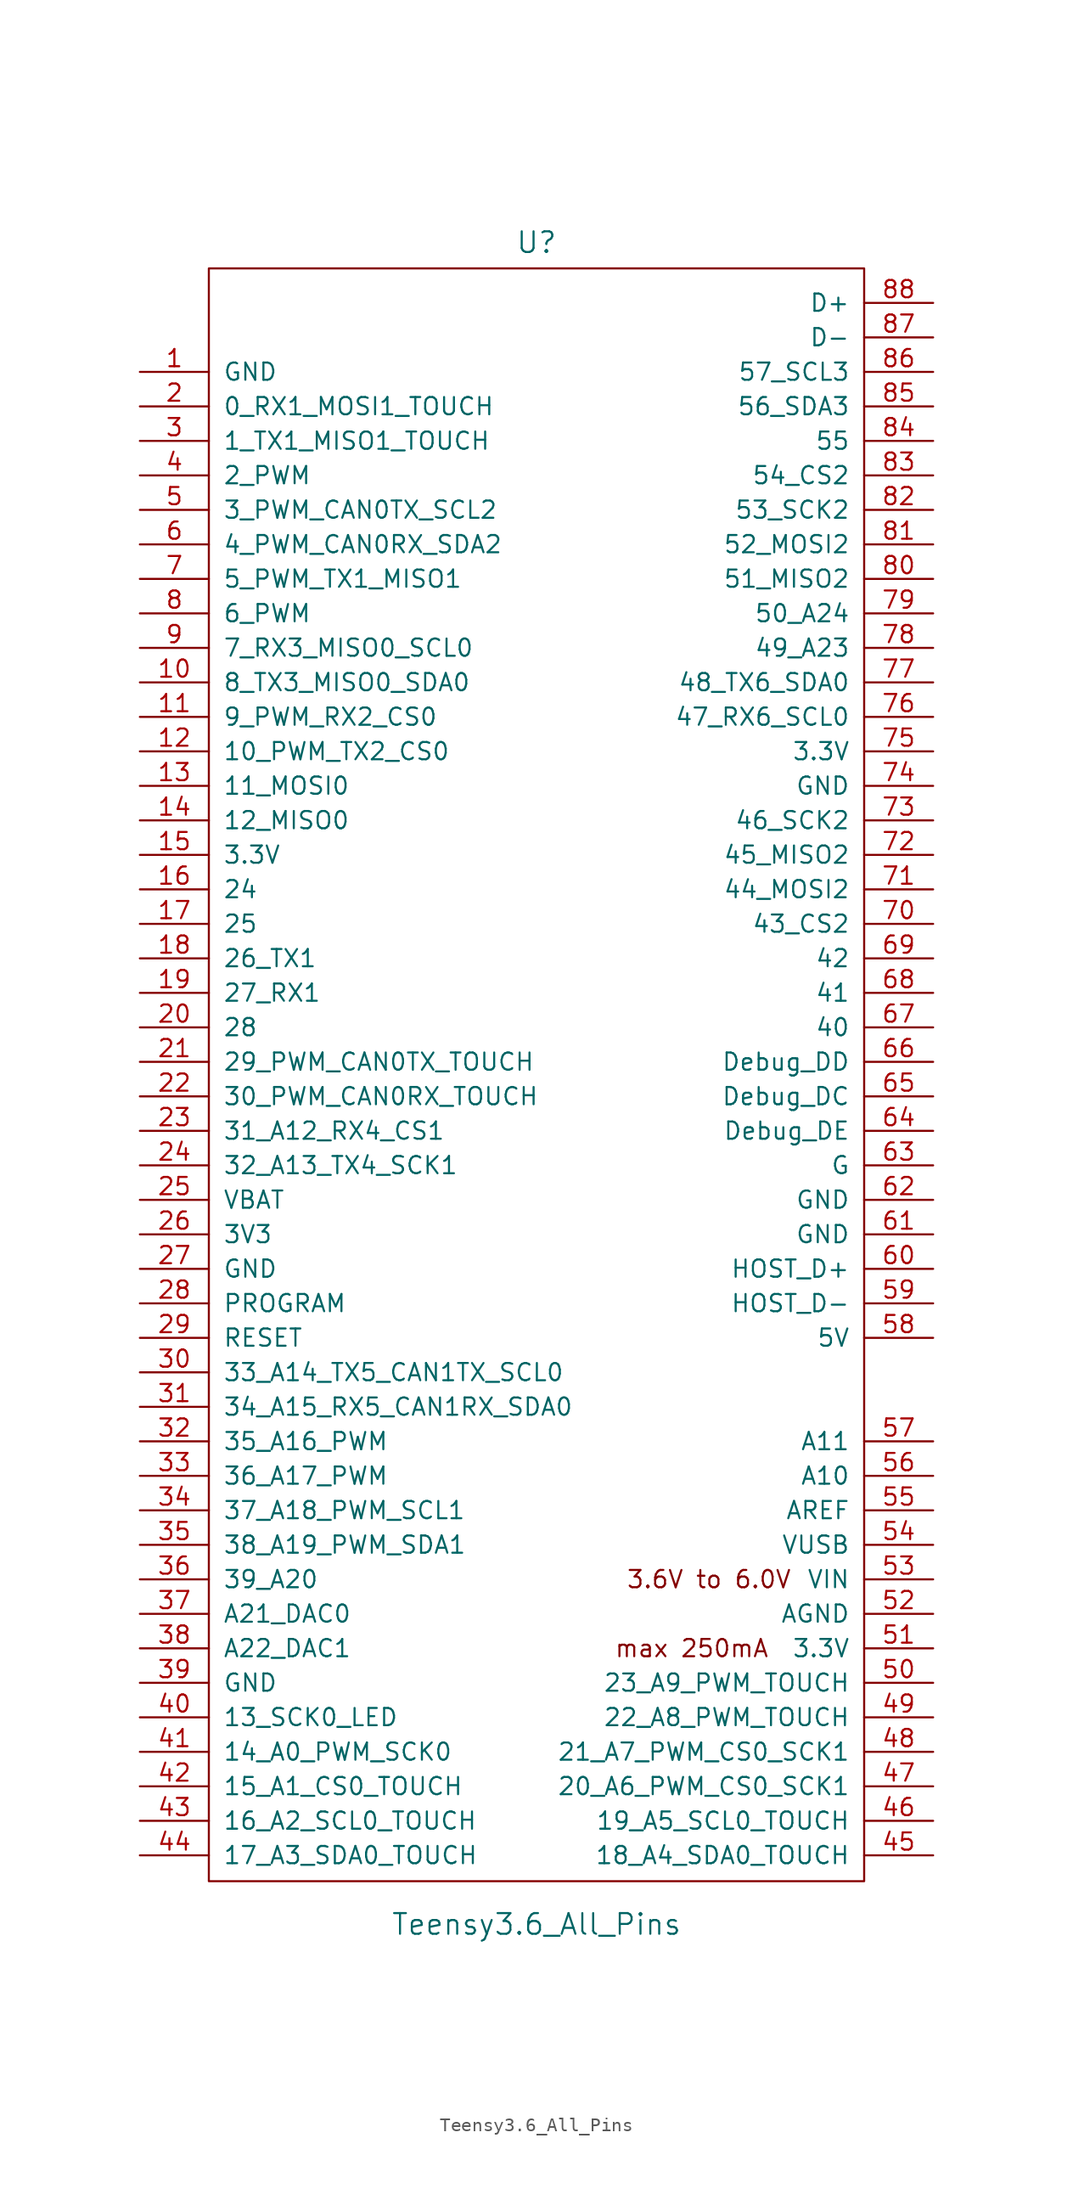
<source format=kicad_sym>
(kicad_symbol_lib
  (version 20211014)
  (generator kicad_symbol_editor)
  (symbol "Teensy3.6_All_Pins"
    (pin_names
      (offset 1.016))
    (property "Reference" "U"
      (at 0 64.135 0)
      (effects (font (size 1.524 1.524))))
    (property "Value" "Teensy3.6_All_Pins"
      (at 0 -59.69 0)
      (effects (font (size 1.524 1.524))))
    (property "Footprint" ""
      (at 0 1.27 0)
      (effects (font (size 1.524 1.524))))
    (property "Datasheet" ""
      (at 0 1.27 0)
      (effects (font (size 1.524 1.524))))
    (symbol "Teensy3.6_All_Pins_0_0"
      (rectangle (start -24.13 62.23) (end 24.13 -56.515) (stroke (width 0) (type default) (color 0 0 0 0)) (fill (type none)))
      (text "3.6V to 6.0V" (at 12.7 -34.29 0) (effects (font (size 1.27 1.27))))
      (text "max 250mA" (at 11.43 -39.37 0) (effects (font (size 1.27 1.27)))))
    (symbol "Teensy3.6_All_Pins_1_1"
      (pin power_in line (at -29.21 54.61 0) (length 5.08) (name "GND" (effects (font (size 1.27 1.27)))) (number "1" (effects (font (size 1.27 1.27)))))
      (pin bidirectional line (at -29.21 31.75 0) (length 5.08) (name "8_TX3_MISO0_SDA0" (effects (font (size 1.27 1.27)))) (number "10" (effects (font (size 1.27 1.27)))))
      (pin bidirectional line (at -29.21 29.21 0) (length 5.08) (name "9_PWM_RX2_CS0" (effects (font (size 1.27 1.27)))) (number "11" (effects (font (size 1.27 1.27)))))
      (pin bidirectional line (at -29.21 26.67 0) (length 5.08) (name "10_PWM_TX2_CS0" (effects (font (size 1.27 1.27)))) (number "12" (effects (font (size 1.27 1.27)))))
      (pin bidirectional line (at -29.21 24.13 0) (length 5.08) (name "11_MOSI0" (effects (font (size 1.27 1.27)))) (number "13" (effects (font (size 1.27 1.27)))))
      (pin bidirectional line (at -29.21 21.59 0) (length 5.08) (name "12_MISO0" (effects (font (size 1.27 1.27)))) (number "14" (effects (font (size 1.27 1.27)))))
      (pin power_in line (at -29.21 19.05 0) (length 5.08) (name "3.3V" (effects (font (size 1.27 1.27)))) (number "15" (effects (font (size 1.27 1.27)))))
      (pin bidirectional line (at -29.21 16.51 0) (length 5.08) (name "24" (effects (font (size 1.27 1.27)))) (number "16" (effects (font (size 1.27 1.27)))))
      (pin bidirectional line (at -29.21 13.97 0) (length 5.08) (name "25" (effects (font (size 1.27 1.27)))) (number "17" (effects (font (size 1.27 1.27)))))
      (pin bidirectional line (at -29.21 11.43 0) (length 5.08) (name "26_TX1" (effects (font (size 1.27 1.27)))) (number "18" (effects (font (size 1.27 1.27)))))
      (pin bidirectional line (at -29.21 8.89 0) (length 5.08) (name "27_RX1" (effects (font (size 1.27 1.27)))) (number "19" (effects (font (size 1.27 1.27)))))
      (pin bidirectional line (at -29.21 52.07 0) (length 5.08) (name "0_RX1_MOSI1_TOUCH" (effects (font (size 1.27 1.27)))) (number "2" (effects (font (size 1.27 1.27)))))
      (pin bidirectional line (at -29.21 6.35 0) (length 5.08) (name "28" (effects (font (size 1.27 1.27)))) (number "20" (effects (font (size 1.27 1.27)))))
      (pin bidirectional line (at -29.21 3.81 0) (length 5.08) (name "29_PWM_CAN0TX_TOUCH" (effects (font (size 1.27 1.27)))) (number "21" (effects (font (size 1.27 1.27)))))
      (pin bidirectional line (at -29.21 1.27 0) (length 5.08) (name "30_PWM_CAN0RX_TOUCH" (effects (font (size 1.27 1.27)))) (number "22" (effects (font (size 1.27 1.27)))))
      (pin bidirectional line (at -29.21 -1.27 0) (length 5.08) (name "31_A12_RX4_CS1" (effects (font (size 1.27 1.27)))) (number "23" (effects (font (size 1.27 1.27)))))
      (pin bidirectional line (at -29.21 -3.81 0) (length 5.08) (name "32_A13_TX4_SCK1" (effects (font (size 1.27 1.27)))) (number "24" (effects (font (size 1.27 1.27)))))
      (pin power_in line (at -29.21 -6.35 0) (length 5.08) (name "VBAT" (effects (font (size 1.27 1.27)))) (number "25" (effects (font (size 1.27 1.27)))))
      (pin power_in line (at -29.21 -8.89 0) (length 5.08) (name "3V3" (effects (font (size 1.27 1.27)))) (number "26" (effects (font (size 1.27 1.27)))))
      (pin power_in line (at -29.21 -11.43 0) (length 5.08) (name "GND" (effects (font (size 1.27 1.27)))) (number "27" (effects (font (size 1.27 1.27)))))
      (pin input line (at -29.21 -13.97 0) (length 5.08) (name "PROGRAM" (effects (font (size 1.27 1.27)))) (number "28" (effects (font (size 1.27 1.27)))))
      (pin input line (at -29.21 -16.51 0) (length 5.08) (name "RESET" (effects (font (size 1.27 1.27)))) (number "29" (effects (font (size 1.27 1.27)))))
      (pin bidirectional line (at -29.21 49.53 0) (length 5.08) (name "1_TX1_MISO1_TOUCH" (effects (font (size 1.27 1.27)))) (number "3" (effects (font (size 1.27 1.27)))))
      (pin bidirectional line (at -29.21 -19.05 0) (length 5.08) (name "33_A14_TX5_CAN1TX_SCL0" (effects (font (size 1.27 1.27)))) (number "30" (effects (font (size 1.27 1.27)))))
      (pin bidirectional line (at -29.21 -21.59 0) (length 5.08) (name "34_A15_RX5_CAN1RX_SDA0" (effects (font (size 1.27 1.27)))) (number "31" (effects (font (size 1.27 1.27)))))
      (pin bidirectional line (at -29.21 -24.13 0) (length 5.08) (name "35_A16_PWM" (effects (font (size 1.27 1.27)))) (number "32" (effects (font (size 1.27 1.27)))))
      (pin bidirectional line (at -29.21 -26.67 0) (length 5.08) (name "36_A17_PWM" (effects (font (size 1.27 1.27)))) (number "33" (effects (font (size 1.27 1.27)))))
      (pin bidirectional line (at -29.21 -29.21 0) (length 5.08) (name "37_A18_PWM_SCL1" (effects (font (size 1.27 1.27)))) (number "34" (effects (font (size 1.27 1.27)))))
      (pin bidirectional line (at -29.21 -31.75 0) (length 5.08) (name "38_A19_PWM_SDA1" (effects (font (size 1.27 1.27)))) (number "35" (effects (font (size 1.27 1.27)))))
      (pin bidirectional line (at -29.21 -34.29 0) (length 5.08) (name "39_A20" (effects (font (size 1.27 1.27)))) (number "36" (effects (font (size 1.27 1.27)))))
      (pin bidirectional line (at -29.21 -36.83 0) (length 5.08) (name "A21_DAC0" (effects (font (size 1.27 1.27)))) (number "37" (effects (font (size 1.27 1.27)))))
      (pin bidirectional line (at -29.21 -39.37 0) (length 5.08) (name "A22_DAC1" (effects (font (size 1.27 1.27)))) (number "38" (effects (font (size 1.27 1.27)))))
      (pin power_in line (at -29.21 -41.91 0) (length 5.08) (name "GND" (effects (font (size 1.27 1.27)))) (number "39" (effects (font (size 1.27 1.27)))))
      (pin bidirectional line (at -29.21 46.99 0) (length 5.08) (name "2_PWM" (effects (font (size 1.27 1.27)))) (number "4" (effects (font (size 1.27 1.27)))))
      (pin bidirectional line (at -29.21 -44.45 0) (length 5.08) (name "13_SCK0_LED" (effects (font (size 1.27 1.27)))) (number "40" (effects (font (size 1.27 1.27)))))
      (pin bidirectional line (at -29.21 -46.99 0) (length 5.08) (name "14_A0_PWM_SCK0" (effects (font (size 1.27 1.27)))) (number "41" (effects (font (size 1.27 1.27)))))
      (pin bidirectional line (at -29.21 -49.53 0) (length 5.08) (name "15_A1_CS0_TOUCH" (effects (font (size 1.27 1.27)))) (number "42" (effects (font (size 1.27 1.27)))))
      (pin bidirectional line (at -29.21 -52.07 0) (length 5.08) (name "16_A2_SCL0_TOUCH" (effects (font (size 1.27 1.27)))) (number "43" (effects (font (size 1.27 1.27)))))
      (pin bidirectional line (at -29.21 -54.61 0) (length 5.08) (name "17_A3_SDA0_TOUCH" (effects (font (size 1.27 1.27)))) (number "44" (effects (font (size 1.27 1.27)))))
      (pin bidirectional line (at 29.21 -54.61 180) (length 5.08) (name "18_A4_SDA0_TOUCH" (effects (font (size 1.27 1.27)))) (number "45" (effects (font (size 1.27 1.27)))))
      (pin bidirectional line (at 29.21 -52.07 180) (length 5.08) (name "19_A5_SCL0_TOUCH" (effects (font (size 1.27 1.27)))) (number "46" (effects (font (size 1.27 1.27)))))
      (pin bidirectional line (at 29.21 -49.53 180) (length 5.08) (name "20_A6_PWM_CS0_SCK1" (effects (font (size 1.27 1.27)))) (number "47" (effects (font (size 1.27 1.27)))))
      (pin bidirectional line (at 29.21 -46.99 180) (length 5.08) (name "21_A7_PWM_CS0_SCK1" (effects (font (size 1.27 1.27)))) (number "48" (effects (font (size 1.27 1.27)))))
      (pin bidirectional line (at 29.21 -44.45 180) (length 5.08) (name "22_A8_PWM_TOUCH" (effects (font (size 1.27 1.27)))) (number "49" (effects (font (size 1.27 1.27)))))
      (pin bidirectional line (at -29.21 44.45 0) (length 5.08) (name "3_PWM_CAN0TX_SCL2" (effects (font (size 1.27 1.27)))) (number "5" (effects (font (size 1.27 1.27)))))
      (pin bidirectional line (at 29.21 -41.91 180) (length 5.08) (name "23_A9_PWM_TOUCH" (effects (font (size 1.27 1.27)))) (number "50" (effects (font (size 1.27 1.27)))))
      (pin power_out line (at 29.21 -39.37 180) (length 5.08) (name "3.3V" (effects (font (size 1.27 1.27)))) (number "51" (effects (font (size 1.27 1.27)))))
      (pin power_out line (at 29.21 -36.83 180) (length 5.08) (name "AGND" (effects (font (size 1.27 1.27)))) (number "52" (effects (font (size 1.27 1.27)))))
      (pin power_in line (at 29.21 -34.29 180) (length 5.08) (name "VIN" (effects (font (size 1.27 1.27)))) (number "53" (effects (font (size 1.27 1.27)))))
      (pin power_in line (at 29.21 -31.75 180) (length 5.08) (name "VUSB" (effects (font (size 1.27 1.27)))) (number "54" (effects (font (size 1.27 1.27)))))
      (pin input line (at 29.21 -29.21 180) (length 5.08) (name "AREF" (effects (font (size 1.27 1.27)))) (number "55" (effects (font (size 1.27 1.27)))))
      (pin bidirectional line (at 29.21 -26.67 180) (length 5.08) (name "A10" (effects (font (size 1.27 1.27)))) (number "56" (effects (font (size 1.27 1.27)))))
      (pin bidirectional line (at 29.21 -24.13 180) (length 5.08) (name "A11" (effects (font (size 1.27 1.27)))) (number "57" (effects (font (size 1.27 1.27)))))
      (pin power_in line (at 29.21 -16.51 180) (length 5.08) (name "5V" (effects (font (size 1.27 1.27)))) (number "58" (effects (font (size 1.27 1.27)))))
      (pin bidirectional line (at 29.21 -13.97 180) (length 5.08) (name "HOST_D-" (effects (font (size 1.27 1.27)))) (number "59" (effects (font (size 1.27 1.27)))))
      (pin bidirectional line (at -29.21 41.91 0) (length 5.08) (name "4_PWM_CAN0RX_SDA2" (effects (font (size 1.27 1.27)))) (number "6" (effects (font (size 1.27 1.27)))))
      (pin bidirectional line (at 29.21 -11.43 180) (length 5.08) (name "HOST_D+" (effects (font (size 1.27 1.27)))) (number "60" (effects (font (size 1.27 1.27)))))
      (pin power_in line (at 29.21 -8.89 180) (length 5.08) (name "GND" (effects (font (size 1.27 1.27)))) (number "61" (effects (font (size 1.27 1.27)))))
      (pin power_in line (at 29.21 -6.35 180) (length 5.08) (name "GND" (effects (font (size 1.27 1.27)))) (number "62" (effects (font (size 1.27 1.27)))))
      (pin power_in line (at 29.21 -3.81 180) (length 5.08) (name "G" (effects (font (size 1.27 1.27)))) (number "63" (effects (font (size 1.27 1.27)))))
      (pin input line (at 29.21 -1.27 180) (length 5.08) (name "Debug_DE" (effects (font (size 1.27 1.27)))) (number "64" (effects (font (size 1.27 1.27)))))
      (pin input line (at 29.21 1.27 180) (length 5.08) (name "Debug_DC" (effects (font (size 1.27 1.27)))) (number "65" (effects (font (size 1.27 1.27)))))
      (pin input line (at 29.21 3.81 180) (length 5.08) (name "Debug_DD" (effects (font (size 1.27 1.27)))) (number "66" (effects (font (size 1.27 1.27)))))
      (pin bidirectional line (at 29.21 6.35 180) (length 5.08) (name "40" (effects (font (size 1.27 1.27)))) (number "67" (effects (font (size 1.27 1.27)))))
      (pin bidirectional line (at 29.21 8.89 180) (length 5.08) (name "41" (effects (font (size 1.27 1.27)))) (number "68" (effects (font (size 1.27 1.27)))))
      (pin bidirectional line (at 29.21 11.43 180) (length 5.08) (name "42" (effects (font (size 1.27 1.27)))) (number "69" (effects (font (size 1.27 1.27)))))
      (pin bidirectional line (at -29.21 39.37 0) (length 5.08) (name "5_PWM_TX1_MISO1" (effects (font (size 1.27 1.27)))) (number "7" (effects (font (size 1.27 1.27)))))
      (pin bidirectional line (at 29.21 13.97 180) (length 5.08) (name "43_CS2" (effects (font (size 1.27 1.27)))) (number "70" (effects (font (size 1.27 1.27)))))
      (pin bidirectional line (at 29.21 16.51 180) (length 5.08) (name "44_MOSI2" (effects (font (size 1.27 1.27)))) (number "71" (effects (font (size 1.27 1.27)))))
      (pin bidirectional line (at 29.21 19.05 180) (length 5.08) (name "45_MISO2" (effects (font (size 1.27 1.27)))) (number "72" (effects (font (size 1.27 1.27)))))
      (pin bidirectional line (at 29.21 21.59 180) (length 5.08) (name "46_SCK2" (effects (font (size 1.27 1.27)))) (number "73" (effects (font (size 1.27 1.27)))))
      (pin power_in line (at 29.21 24.13 180) (length 5.08) (name "GND" (effects (font (size 1.27 1.27)))) (number "74" (effects (font (size 1.27 1.27)))))
      (pin power_in line (at 29.21 26.67 180) (length 5.08) (name "3.3V" (effects (font (size 1.27 1.27)))) (number "75" (effects (font (size 1.27 1.27)))))
      (pin bidirectional line (at 29.21 29.21 180) (length 5.08) (name "47_RX6_SCL0" (effects (font (size 1.27 1.27)))) (number "76" (effects (font (size 1.27 1.27)))))
      (pin bidirectional line (at 29.21 31.75 180) (length 5.08) (name "48_TX6_SDA0" (effects (font (size 1.27 1.27)))) (number "77" (effects (font (size 1.27 1.27)))))
      (pin bidirectional line (at 29.21 34.29 180) (length 5.08) (name "49_A23" (effects (font (size 1.27 1.27)))) (number "78" (effects (font (size 1.27 1.27)))))
      (pin bidirectional line (at 29.21 36.83 180) (length 5.08) (name "50_A24" (effects (font (size 1.27 1.27)))) (number "79" (effects (font (size 1.27 1.27)))))
      (pin bidirectional line (at -29.21 36.83 0) (length 5.08) (name "6_PWM" (effects (font (size 1.27 1.27)))) (number "8" (effects (font (size 1.27 1.27)))))
      (pin bidirectional line (at 29.21 39.37 180) (length 5.08) (name "51_MISO2" (effects (font (size 1.27 1.27)))) (number "80" (effects (font (size 1.27 1.27)))))
      (pin bidirectional line (at 29.21 41.91 180) (length 5.08) (name "52_MOSI2" (effects (font (size 1.27 1.27)))) (number "81" (effects (font (size 1.27 1.27)))))
      (pin bidirectional line (at 29.21 44.45 180) (length 5.08) (name "53_SCK2" (effects (font (size 1.27 1.27)))) (number "82" (effects (font (size 1.27 1.27)))))
      (pin bidirectional line (at 29.21 46.99 180) (length 5.08) (name "54_CS2" (effects (font (size 1.27 1.27)))) (number "83" (effects (font (size 1.27 1.27)))))
      (pin bidirectional line (at 29.21 49.53 180) (length 5.08) (name "55" (effects (font (size 1.27 1.27)))) (number "84" (effects (font (size 1.27 1.27)))))
      (pin bidirectional line (at 29.21 52.07 180) (length 5.08) (name "56_SDA3" (effects (font (size 1.27 1.27)))) (number "85" (effects (font (size 1.27 1.27)))))
      (pin bidirectional line (at 29.21 54.61 180) (length 5.08) (name "57_SCL3" (effects (font (size 1.27 1.27)))) (number "86" (effects (font (size 1.27 1.27)))))
      (pin input line (at 29.21 57.15 180) (length 5.08) (name "D-" (effects (font (size 1.27 1.27)))) (number "87" (effects (font (size 1.27 1.27)))))
      (pin input line (at 29.21 59.69 180) (length 5.08) (name "D+" (effects (font (size 1.27 1.27)))) (number "88" (effects (font (size 1.27 1.27)))))
      (pin bidirectional line (at -29.21 34.29 0) (length 5.08) (name "7_RX3_MISO0_SCL0" (effects (font (size 1.27 1.27)))) (number "9" (effects (font (size 1.27 1.27))))))))
</source>
